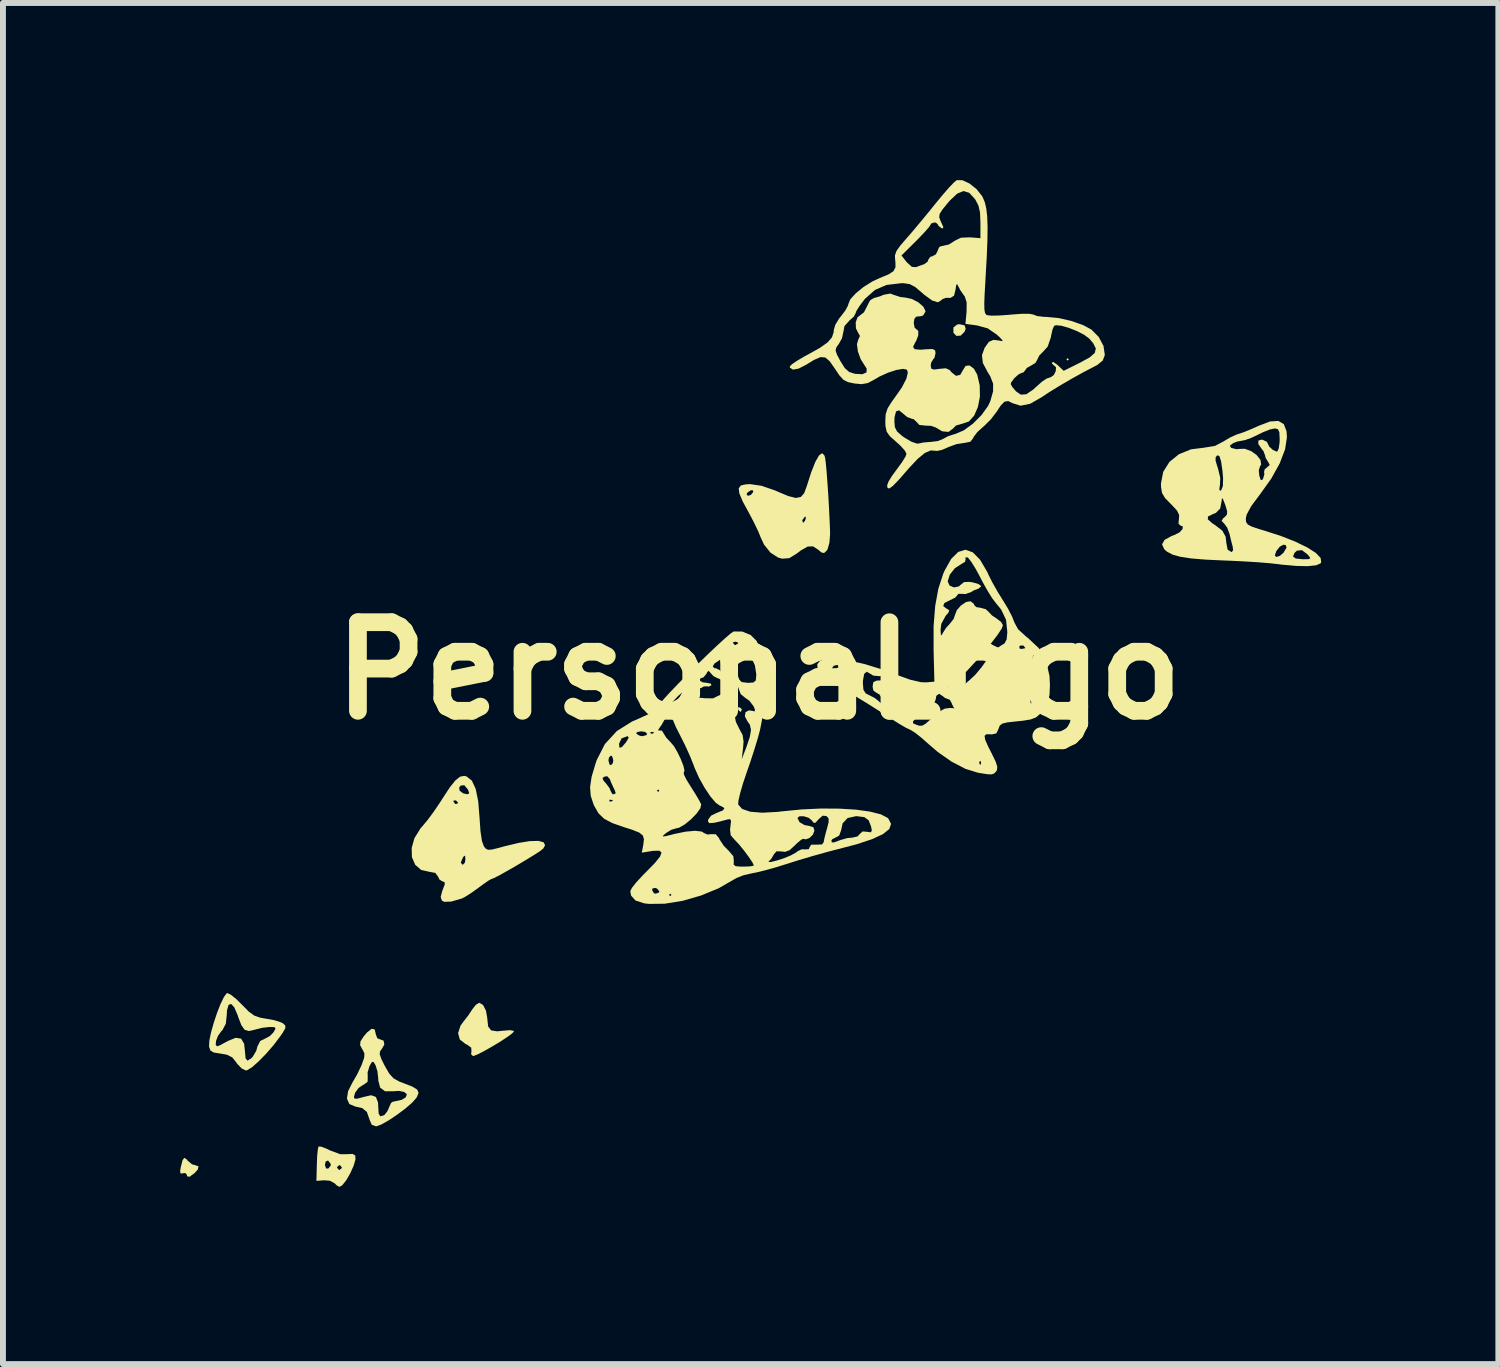
<source format=kicad_pcb>
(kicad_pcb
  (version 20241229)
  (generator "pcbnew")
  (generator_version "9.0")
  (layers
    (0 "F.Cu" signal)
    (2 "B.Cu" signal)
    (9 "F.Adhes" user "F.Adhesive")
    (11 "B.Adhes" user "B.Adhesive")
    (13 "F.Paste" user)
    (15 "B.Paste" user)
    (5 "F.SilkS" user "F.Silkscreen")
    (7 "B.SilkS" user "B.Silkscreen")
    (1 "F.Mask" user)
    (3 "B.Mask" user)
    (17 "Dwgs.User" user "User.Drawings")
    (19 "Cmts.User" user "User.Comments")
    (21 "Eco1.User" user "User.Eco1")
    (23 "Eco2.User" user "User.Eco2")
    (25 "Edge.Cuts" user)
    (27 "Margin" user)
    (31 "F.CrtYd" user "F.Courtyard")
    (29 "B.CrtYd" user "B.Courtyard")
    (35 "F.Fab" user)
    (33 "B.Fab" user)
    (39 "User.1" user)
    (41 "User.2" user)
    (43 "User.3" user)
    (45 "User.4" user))
  (footprint "PersonaLogo"
    (layer "F.Cu")
    (at 9.797 8.308)
    (property "Reference" "PersonaLogo" (at 0 0 0) (layer "F.SilkS") (effects (font (size 1.5 1.5) (thickness 0.3))))
    (attr board_only exclude_from_pos_files exclude_from_bom)
    (fp_poly (pts (xy 5.252 -5.273) (xy 5.232 -5.252) (xy 5.211 -5.273) (xy 5.232 -5.293)) (stroke (width 0) (type solid)) (fill yes) (layer "F.SilkS"))
    (fp_poly (pts (xy -0.289 0.645) (xy -0.287 0.657) (xy -0.301 0.697) (xy -0.305 0.698) (xy -0.34 0.669) (xy -0.349 0.657) (xy -0.346 0.619) (xy -0.331 0.616)) (stroke (width 0) (type solid)) (fill yes) (layer "F.SilkS"))
    (fp_poly (pts (xy 3.489 -5.848) (xy 3.505 -5.789) (xy 3.485 -5.739) (xy 3.421 -5.675) (xy 3.348 -5.67) (xy 3.298 -5.722) (xy 3.297 -5.812) (xy 3.361 -5.863) (xy 3.401 -5.868)) (stroke (width 0) (type solid)) (fill yes) (layer "F.SilkS"))
    (fp_poly (pts (xy -9.687 8.273) (xy -9.666 8.299) (xy -9.594 8.358) (xy -9.546 8.371) (xy -9.486 8.391) (xy -9.497 8.445) (xy -9.554 8.508) (xy -9.638 8.569) (xy -9.679 8.56) (xy -9.684 8.531) (xy -9.714 8.504) (xy -9.749 8.51) (xy -9.79 8.514) (xy -9.797 8.469) (xy -9.785 8.402) (xy -9.756 8.288) (xy -9.726 8.248)) (stroke (width 0) (type solid)) (fill yes) (layer "F.SilkS"))
    (fp_poly (pts (xy -4.668 5.659) (xy -4.619 5.753) (xy -4.596 5.879) (xy -4.595 5.896) (xy -4.581 6.024) (xy -4.53 6.09) (xy -4.427 6.106) (xy -4.334 6.096) (xy -4.213 6.086) (xy -4.15 6.098) (xy -4.144 6.108) (xy -4.178 6.144) (xy -4.264 6.207) (xy -4.385 6.286) (xy -4.522 6.368) (xy -4.655 6.443) (xy -4.765 6.499) (xy -4.833 6.524) (xy -4.838 6.524) (xy -4.87 6.494) (xy -4.864 6.448) (xy -4.867 6.383) (xy -4.935 6.333) (xy -4.964 6.32) (xy -5.061 6.244) (xy -5.09 6.136) (xy -5.049 6.01) (xy -5.003 5.946) (xy -4.915 5.833) (xy -4.85 5.734) (xy -4.789 5.656) (xy -4.733 5.622) (xy -4.732 5.622)) (stroke (width 0) (type solid)) (fill yes) (layer "F.SilkS"))
    (fp_poly (pts (xy -7.407 8.059) (xy -7.315 8.094) (xy -7.259 8.122) (xy -7.087 8.186) (xy -6.974 8.186) (xy -6.877 8.182) (xy -6.831 8.208) (xy -6.828 8.277) (xy -6.861 8.387) (xy -6.917 8.512) (xy -6.985 8.629) (xy -7.052 8.713) (xy -7.1 8.74) (xy -7.148 8.712) (xy -7.181 8.679) (xy -7.26 8.636) (xy -7.36 8.628) (xy -7.489 8.638) (xy -7.482 8.37) (xy -7.345 8.37) (xy -7.325 8.429) (xy -7.286 8.428) (xy -7.273 8.412) (xy -7.14 8.412) (xy -7.109 8.452) (xy -7.099 8.453) (xy -7.059 8.422) (xy -7.058 8.412) (xy -7.089 8.372) (xy -7.099 8.371) (xy -7.139 8.402) (xy -7.14 8.412) (xy -7.273 8.412) (xy -7.246 8.378) (xy -7.249 8.347) (xy -7.292 8.293) (xy -7.333 8.311) (xy -7.345 8.37) (xy -7.482 8.37) (xy -7.482 8.357) (xy -7.476 8.214) (xy -7.465 8.105) (xy -7.453 8.055) (xy -7.453 8.055)) (stroke (width 0) (type solid)) (fill yes) (layer "F.SilkS"))
    (fp_poly (pts (xy 1.112 -3.648) (xy 1.125 -3.604) (xy 1.136 -3.52) (xy 1.15 -3.374) (xy 1.164 -3.185) (xy 1.179 -2.971) (xy 1.191 -2.753) (xy 1.201 -2.549) (xy 1.208 -2.379) (xy 1.209 -2.314) (xy 1.198 -2.169) (xy 1.168 -2.061) (xy 1.153 -2.036) (xy 1.107 -1.993) (xy 1.062 -2.003) (xy 1.006 -2.051) (xy 0.921 -2.106) (xy 0.83 -2.103) (xy 0.716 -2.039) (xy 0.643 -1.983) (xy 0.517 -1.906) (xy 0.396 -1.898) (xy 0.328 -1.917) (xy 0.201 -1.999) (xy 0.092 -2.134) (xy 0.036 -2.253) (xy -0.008 -2.362) (xy -0.08 -2.511) (xy -0.096 -2.542) (xy 0.739 -2.542) (xy 0.752 -2.504) (xy 0.782 -2.537) (xy 0.795 -2.567) (xy 0.798 -2.609) (xy 0.779 -2.605) (xy 0.74 -2.553) (xy 0.739 -2.542) (xy -0.096 -2.542) (xy -0.163 -2.669) (xy -0.168 -2.678) (xy -0.272 -2.87) (xy -0.321 -2.988) (xy -0.205 -2.988) (xy -0.181 -2.961) (xy -0.132 -2.978) (xy -0.093 -3.025) (xy -0.091 -3.029) (xy -0.104 -3.06) (xy -0.14 -3.053) (xy -0.197 -3.011) (xy -0.205 -2.988) (xy -0.321 -2.988) (xy -0.328 -3.004) (xy -0.338 -3.09) (xy -0.3 -3.138) (xy -0.214 -3.157) (xy -0.143 -3.16) (xy 0.048 -3.132) (xy 0.277 -3.053) (xy 0.318 -3.035) (xy 0.501 -2.958) (xy 0.628 -2.926) (xy 0.713 -2.942) (xy 0.77 -3.006) (xy 0.812 -3.119) (xy 0.889 -3.359) (xy 0.959 -3.536) (xy 1.022 -3.646) (xy 1.073 -3.684)) (stroke (width 0) (type solid)) (fill yes) (layer "F.SilkS"))
    (fp_poly (pts (xy -8.938 5.486) (xy -8.846 5.56) (xy -8.744 5.661) (xy -8.632 5.774) (xy -8.54 5.84) (xy -8.44 5.875) (xy -8.341 5.892) (xy -8.204 5.917) (xy -8.093 5.952) (xy -8.055 5.971) (xy -8.016 6.008) (xy -8.015 6.052) (xy -8.058 6.127) (xy -8.095 6.181) (xy -8.213 6.338) (xy -8.343 6.488) (xy -8.471 6.618) (xy -8.582 6.716) (xy -8.664 6.765) (xy -8.683 6.769) (xy -8.754 6.735) (xy -8.831 6.655) (xy -8.843 6.636) (xy -8.914 6.547) (xy -9.004 6.502) (xy -9.11 6.483) (xy -9.226 6.465) (xy -9.283 6.432) (xy -9.305 6.371) (xy -9.307 6.352) (xy -9.306 6.337) (xy -9.194 6.337) (xy -9.169 6.36) (xy -9.123 6.342) (xy -9.033 6.294) (xy -8.989 6.27) (xy -8.855 6.215) (xy -8.764 6.23) (xy -8.713 6.316) (xy -8.699 6.447) (xy -8.689 6.563) (xy -8.656 6.602) (xy -8.596 6.566) (xy -8.566 6.535) (xy -8.508 6.436) (xy -8.488 6.362) (xy -8.44 6.269) (xy -8.375 6.238) (xy -8.277 6.186) (xy -8.217 6.124) (xy -8.18 6.059) (xy -8.2 6.035) (xy -8.278 6.032) (xy -8.407 6.046) (xy -8.532 6.078) (xy -8.632 6.101) (xy -8.703 6.081) (xy -8.759 6.004) (xy -8.814 5.861) (xy -8.822 5.835) (xy -8.879 5.701) (xy -8.933 5.642) (xy -8.977 5.658) (xy -9.003 5.75) (xy -9.007 5.827) (xy -9.023 5.976) (xy -9.078 6.081) (xy -9.099 6.104) (xy -9.155 6.181) (xy -9.189 6.268) (xy -9.194 6.337) (xy -9.306 6.337) (xy -9.301 6.256) (xy -9.272 6.118) (xy -9.226 5.957) (xy -9.171 5.792) (xy -9.112 5.642) (xy -9.056 5.526) (xy -9.01 5.463) (xy -8.997 5.458)) (stroke (width 0) (type solid)) (fill yes) (layer "F.SilkS"))
    (fp_poly (pts (xy -6.503 6.072) (xy -6.483 6.155) (xy -6.483 6.158) (xy -6.458 6.223) (xy -6.424 6.237) (xy -6.351 6.264) (xy -6.339 6.331) (xy -6.378 6.398) (xy -6.412 6.445) (xy -6.417 6.496) (xy -6.389 6.575) (xy -6.331 6.692) (xy -6.255 6.823) (xy -6.182 6.903) (xy -6.082 6.958) (xy -6.015 6.983) (xy -5.864 7.042) (xy -5.782 7.093) (xy -5.759 7.147) (xy -5.786 7.216) (xy -5.798 7.235) (xy -5.87 7.316) (xy -5.985 7.415) (xy -6.124 7.519) (xy -6.265 7.613) (xy -6.389 7.683) (xy -6.474 7.714) (xy -6.481 7.714) (xy -6.552 7.688) (xy -6.591 7.598) (xy -6.592 7.592) (xy -6.635 7.47) (xy -6.715 7.405) (xy -6.832 7.379) (xy -6.931 7.337) (xy -6.972 7.247) (xy -6.968 7.217) (xy -6.854 7.217) (xy -6.843 7.246) (xy -6.796 7.246) (xy -6.706 7.222) (xy -6.695 7.218) (xy -6.561 7.188) (xy -6.482 7.217) (xy -6.446 7.31) (xy -6.442 7.385) (xy -6.435 7.5) (xy -6.407 7.545) (xy -6.351 7.529) (xy -6.335 7.519) (xy -6.287 7.458) (xy -6.26 7.396) (xy -6.228 7.324) (xy -6.204 7.301) (xy -6.043 7.265) (xy -5.976 7.223) (xy -5.957 7.171) (xy -6.004 7.132) (xy -6.096 7.114) (xy -6.189 7.121) (xy -6.327 7.121) (xy -6.41 7.059) (xy -6.442 6.934) (xy -6.442 6.906) (xy -6.456 6.782) (xy -6.488 6.68) (xy -6.488 6.679) (xy -6.524 6.621) (xy -6.552 6.629) (xy -6.589 6.692) (xy -6.622 6.8) (xy -6.62 6.883) (xy -6.622 6.96) (xy -6.688 7.009) (xy -6.701 7.014) (xy -6.776 7.066) (xy -6.833 7.144) (xy -6.854 7.217) (xy -6.968 7.217) (xy -6.953 7.12) (xy -6.884 6.982) (xy -6.802 6.84) (xy -6.728 6.686) (xy -6.719 6.663) (xy -6.68 6.552) (xy -6.676 6.481) (xy -6.706 6.418) (xy -6.714 6.407) (xy -6.749 6.34) (xy -6.743 6.276) (xy -6.689 6.193) (xy -6.634 6.127) (xy -6.555 6.063)) (stroke (width 0) (type solid)) (fill yes) (layer "F.SilkS"))
    (fp_poly (pts (xy -4.946 1.79) (xy -4.857 1.861) (xy -4.792 2) (xy -4.749 2.211) (xy -4.727 2.484) (xy -4.711 2.717) (xy -4.686 2.883) (xy -4.653 2.974) (xy -4.653 2.975) (xy -4.619 3.015) (xy -4.579 3.032) (xy -4.513 3.027) (xy -4.4 2.999) (xy -4.318 2.976) (xy -4.076 2.917) (xy -3.877 2.885) (xy -3.73 2.881) (xy -3.641 2.905) (xy -3.617 2.955) (xy -3.648 3.011) (xy -3.698 3.051) (xy -3.801 3.118) (xy -3.938 3.202) (xy -4.092 3.294) (xy -4.246 3.383) (xy -4.382 3.459) (xy -4.483 3.511) (xy -4.53 3.529) (xy -4.573 3.552) (xy -4.66 3.612) (xy -4.748 3.677) (xy -4.868 3.763) (xy -4.974 3.83) (xy -5.025 3.856) (xy -5.207 3.909) (xy -5.325 3.913) (xy -5.364 3.893) (xy -5.385 3.831) (xy -5.357 3.724) (xy -5.35 3.709) (xy -5.316 3.617) (xy -5.319 3.577) (xy -5.35 3.57) (xy -5.405 3.536) (xy -5.428 3.488) (xy -5.476 3.423) (xy -5.569 3.406) (xy -5.716 3.373) (xy -5.817 3.285) (xy -5.834 3.245) (xy -5.044 3.245) (xy -5.02 3.281) (xy -5.006 3.283) (xy -4.974 3.248) (xy -4.966 3.19) (xy -4.972 3.13) (xy -4.996 3.145) (xy -5.006 3.16) (xy -5.044 3.245) (xy -5.834 3.245) (xy -5.872 3.156) (xy -5.876 3.001) (xy -5.829 2.834) (xy -5.727 2.67) (xy -5.693 2.631) (xy -5.605 2.526) (xy -5.496 2.378) (xy -5.385 2.213) (xy -5.17 2.213) (xy -5.14 2.255) (xy -5.129 2.257) (xy -5.089 2.243) (xy -5.088 2.239) (xy -5.117 2.204) (xy -5.129 2.195) (xy -5.167 2.199) (xy -5.17 2.213) (xy -5.385 2.213) (xy -5.385 2.213) (xy -5.352 2.161) (xy -5.231 1.976) (xy -5.229 1.974) (xy -5.071 1.974) (xy -5.066 2.029) (xy -5.007 2.075) (xy -4.933 2.092) (xy -4.901 2.075) (xy -4.923 2.012) (xy -4.924 2.011) (xy -4.985 1.938) (xy -5.045 1.944) (xy -5.071 1.974) (xy -5.229 1.974) (xy -5.136 1.857) (xy -5.057 1.794) (xy -4.986 1.78)) (stroke (width 0) (type solid)) (fill yes) (layer "F.SilkS"))
    (fp_poly (pts (xy 8.892 -4.176) (xy 8.938 -4.057) (xy 8.945 -3.954) (xy 8.914 -3.75) (xy 8.823 -3.512) (xy 8.68 -3.254) (xy 8.491 -2.989) (xy 8.48 -2.975) (xy 8.339 -2.785) (xy 8.263 -2.644) (xy 8.248 -2.576) (xy 8.254 -2.517) (xy 8.284 -2.475) (xy 8.354 -2.439) (xy 8.48 -2.397) (xy 8.545 -2.378) (xy 8.839 -2.284) (xy 9.09 -2.185) (xy 9.291 -2.087) (xy 9.436 -1.994) (xy 9.516 -1.909) (xy 9.525 -1.836) (xy 9.514 -1.819) (xy 9.441 -1.786) (xy 9.3 -1.771) (xy 9.102 -1.775) (xy 8.858 -1.797) (xy 8.761 -1.809) (xy 8.631 -1.823) (xy 8.44 -1.838) (xy 8.213 -1.852) (xy 7.969 -1.864) (xy 7.879 -1.867) (xy 7.564 -1.882) (xy 7.321 -1.902) (xy 7.139 -1.93) (xy 7.062 -1.952) (xy 8.74 -1.952) (xy 8.766 -1.927) (xy 8.793 -1.935) (xy 9.048 -1.935) (xy 9.094 -1.9) (xy 9.218 -1.888) (xy 9.225 -1.888) (xy 9.318 -1.89) (xy 9.341 -1.908) (xy 9.306 -1.956) (xy 9.294 -1.97) (xy 9.199 -2.042) (xy 9.116 -2.034) (xy 9.074 -1.997) (xy 9.048 -1.935) (xy 8.793 -1.935) (xy 8.825 -1.945) (xy 8.886 -1.997) (xy 8.888 -2) (xy 8.939 -2.086) (xy 8.924 -2.128) (xy 8.885 -2.134) (xy 8.824 -2.101) (xy 8.766 -2.028) (xy 8.74 -1.952) (xy 7.062 -1.952) (xy 7.007 -1.967) (xy 6.915 -2.016) (xy 6.868 -2.057) (xy 6.83 -2.141) (xy 6.873 -2.216) (xy 6.997 -2.284) (xy 7.041 -2.299) (xy 7.126 -2.343) (xy 7.177 -2.398) (xy 7.182 -2.444) (xy 7.135 -2.462) (xy 7.108 -2.496) (xy 7.116 -2.565) (xy 7.605 -2.565) (xy 7.676 -2.501) (xy 7.731 -2.465) (xy 7.85 -2.373) (xy 7.907 -2.271) (xy 7.92 -2.158) (xy 7.941 -2.05) (xy 8.006 -2.011) (xy 8.013 -2.011) (xy 8.034 -2.044) (xy 8.026 -2.103) (xy 7.997 -2.214) (xy 7.973 -2.318) (xy 7.933 -2.424) (xy 7.882 -2.493) (xy 7.839 -2.538) (xy 7.864 -2.58) (xy 7.886 -2.598) (xy 7.928 -2.642) (xy 7.933 -2.698) (xy 7.905 -2.796) (xy 7.899 -2.814) (xy 7.863 -2.905) (xy 7.845 -2.924) (xy 7.839 -2.876) (xy 7.839 -2.872) (xy 7.815 -2.747) (xy 7.743 -2.674) (xy 7.684 -2.649) (xy 7.608 -2.612) (xy 7.605 -2.565) (xy 7.116 -2.565) (xy 7.116 -2.565) (xy 7.12 -2.638) (xy 7.084 -2.712) (xy 6.995 -2.808) (xy 6.977 -2.826) (xy 6.879 -2.927) (xy 6.829 -3.012) (xy 6.813 -3.114) (xy 6.812 -3.172) (xy 6.85 -3.368) (xy 6.956 -3.537) (xy 6.981 -3.557) (xy 7.737 -3.557) (xy 7.766 -3.459) (xy 7.776 -3.433) (xy 7.816 -3.266) (xy 7.811 -3.152) (xy 7.8 -3.065) (xy 7.816 -3.047) (xy 7.834 -3.061) (xy 7.86 -3.127) (xy 7.864 -3.258) (xy 7.854 -3.379) (xy 7.83 -3.547) (xy 7.801 -3.636) (xy 7.765 -3.648) (xy 7.738 -3.615) (xy 7.737 -3.557) (xy 6.981 -3.557) (xy 7.117 -3.667) (xy 7.322 -3.75) (xy 7.527 -3.775) (xy 7.725 -3.807) (xy 7.736 -3.812) (xy 7.979 -3.812) (xy 7.996 -3.779) (xy 8.006 -3.772) (xy 8.094 -3.751) (xy 8.128 -3.756) (xy 8.231 -3.759) (xy 8.339 -3.719) (xy 8.433 -3.652) (xy 8.496 -3.572) (xy 8.509 -3.494) (xy 8.487 -3.456) (xy 8.468 -3.392) (xy 8.477 -3.304) (xy 8.501 -3.231) (xy 8.526 -3.231) (xy 8.543 -3.257) (xy 8.564 -3.332) (xy 8.557 -3.363) (xy 8.568 -3.41) (xy 8.606 -3.442) (xy 8.654 -3.485) (xy 8.629 -3.533) (xy 8.627 -3.535) (xy 8.582 -3.609) (xy 8.576 -3.643) (xy 8.549 -3.716) (xy 8.515 -3.76) (xy 8.46 -3.84) (xy 8.461 -3.897) (xy 8.517 -3.914) (xy 8.535 -3.91) (xy 8.602 -3.879) (xy 8.617 -3.855) (xy 8.645 -3.796) (xy 8.706 -3.74) (xy 8.767 -3.712) (xy 8.785 -3.716) (xy 8.807 -3.767) (xy 8.821 -3.871) (xy 8.822 -3.921) (xy 8.817 -4.035) (xy 8.794 -4.089) (xy 8.745 -4.103) (xy 8.738 -4.103) (xy 8.655 -4.085) (xy 8.535 -4.037) (xy 8.462 -4.001) (xy 8.338 -3.942) (xy 8.233 -3.905) (xy 8.194 -3.898) (xy 8.097 -3.879) (xy 8.034 -3.853) (xy 7.979 -3.812) (xy 7.736 -3.812) (xy 7.863 -3.879) (xy 7.983 -3.95) (xy 8.095 -4.001) (xy 8.122 -4.009) (xy 8.215 -4.04) (xy 8.349 -4.095) (xy 8.467 -4.148) (xy 8.659 -4.221) (xy 8.8 -4.23)) (stroke (width 0) (type solid)) (fill yes) (layer "F.SilkS"))
    (fp_poly (pts (xy 3.626 -2.005) (xy 3.749 -1.88) (xy 3.869 -1.676) (xy 3.892 -1.625) (xy 3.956 -1.497) (xy 4.046 -1.338) (xy 4.137 -1.191) (xy 4.224 -1.048) (xy 4.292 -0.915) (xy 4.329 -0.82) (xy 4.33 -0.818) (xy 4.393 -0.702) (xy 4.535 -0.573) (xy 4.56 -0.554) (xy 4.745 -0.381) (xy 4.865 -0.171) (xy 4.924 0.086) (xy 4.932 0.237) (xy 4.925 0.405) (xy 4.896 0.526) (xy 4.838 0.634) (xy 4.836 0.636) (xy 4.766 0.73) (xy 4.696 0.79) (xy 4.605 0.825) (xy 4.468 0.847) (xy 4.351 0.859) (xy 4.206 0.875) (xy 4.123 0.896) (xy 4.081 0.931) (xy 4.061 0.985) (xy 4.025 1.06) (xy 3.95 1.078) (xy 3.926 1.076) (xy 3.856 1.075) (xy 3.825 1.101) (xy 3.834 1.165) (xy 3.884 1.279) (xy 3.944 1.397) (xy 4.012 1.537) (xy 4.04 1.625) (xy 4.035 1.681) (xy 4.021 1.704) (xy 3.988 1.739) (xy 3.949 1.754) (xy 3.881 1.753) (xy 3.762 1.735) (xy 3.714 1.727) (xy 3.505 1.663) (xy 3.305 1.559) (xy 3.734 1.559) (xy 3.749 1.593) (xy 3.761 1.587) (xy 3.766 1.538) (xy 3.761 1.532) (xy 3.737 1.538) (xy 3.734 1.559) (xy 3.305 1.559) (xy 3.271 1.542) (xy 3.033 1.376) (xy 2.877 1.242) (xy 2.755 1.134) (xy 2.646 1.048) (xy 2.571 1.002) (xy 2.565 0.999) (xy 2.493 0.965) (xy 2.376 0.897) (xy 2.362 0.888) (xy 2.613 0.888) (xy 2.655 0.909) (xy 2.719 0.931) (xy 2.77 0.93) (xy 2.829 0.895) (xy 2.918 0.817) (xy 2.958 0.781) (xy 2.984 0.759) (xy 3.734 0.759) (xy 3.755 0.78) (xy 3.775 0.759) (xy 3.755 0.739) (xy 3.734 0.759) (xy 2.984 0.759) (xy 3.067 0.688) (xy 3.15 0.642) (xy 3.238 0.63) (xy 3.313 0.635) (xy 3.444 0.651) (xy 3.551 0.672) (xy 3.571 0.678) (xy 3.618 0.688) (xy 3.622 0.666) (xy 3.582 0.598) (xy 3.55 0.551) (xy 3.523 0.503) (xy 4.599 0.503) (xy 4.608 0.557) (xy 4.626 0.533) (xy 4.678 0.46) (xy 4.724 0.419) (xy 4.776 0.351) (xy 4.794 0.23) (xy 4.794 0.183) (xy 4.785 0.074) (xy 4.765 0.008) (xy 4.755 0) (xy 4.732 0.037) (xy 4.715 0.134) (xy 4.707 0.269) (xy 4.708 0.359) (xy 4.677 0.405) (xy 4.653 0.41) (xy 4.609 0.445) (xy 4.599 0.503) (xy 3.523 0.503) (xy 3.471 0.411) (xy 3.456 0.304) (xy 3.506 0.214) (xy 3.575 0.155) (xy 3.669 0.067) (xy 3.774 -0.059) (xy 3.839 -0.15) (xy 3.881 -0.208) (xy 4.637 -0.208) (xy 4.654 -0.14) (xy 4.678 -0.123) (xy 4.715 -0.156) (xy 4.719 -0.182) (xy 4.694 -0.252) (xy 4.678 -0.267) (xy 4.646 -0.254) (xy 4.637 -0.208) (xy 3.881 -0.208) (xy 3.932 -0.275) (xy 4.03 -0.375) (xy 4.081 -0.411) (xy 4.412 -0.411) (xy 4.42 -0.375) (xy 4.45 -0.369) (xy 4.506 -0.379) (xy 4.514 -0.387) (xy 4.484 -0.426) (xy 4.43 -0.427) (xy 4.412 -0.411) (xy 4.081 -0.411) (xy 4.09 -0.418) (xy 4.164 -0.464) (xy 4.199 -0.531) (xy 4.21 -0.648) (xy 4.21 -0.657) (xy 4.189 -0.862) (xy 4.106 -1.037) (xy 4.015 -1.148) (xy 3.952 -1.231) (xy 3.87 -1.364) (xy 3.782 -1.522) (xy 3.755 -1.576) (xy 3.675 -1.724) (xy 3.602 -1.842) (xy 3.548 -1.911) (xy 3.533 -1.921) (xy 3.497 -1.916) (xy 3.505 -1.893) (xy 3.495 -1.845) (xy 3.433 -1.808) (xy 3.322 -1.736) (xy 3.236 -1.627) (xy 3.201 -1.515) (xy 3.201 -1.512) (xy 3.233 -1.442) (xy 3.307 -1.411) (xy 3.388 -1.427) (xy 3.421 -1.456) (xy 3.477 -1.501) (xy 3.568 -1.505) (xy 3.625 -1.496) (xy 3.72 -1.469) (xy 3.765 -1.436) (xy 3.766 -1.428) (xy 3.72 -1.388) (xy 3.713 -1.387) (xy 3.649 -1.364) (xy 3.598 -1.333) (xy 3.503 -1.299) (xy 3.444 -1.302) (xy 3.38 -1.302) (xy 3.365 -1.281) (xy 3.33 -1.24) (xy 3.247 -1.198) (xy 3.242 -1.196) (xy 3.145 -1.147) (xy 3.124 -1.096) (xy 3.181 -1.052) (xy 3.186 -1.05) (xy 3.226 -1.025) (xy 3.213 -0.984) (xy 3.166 -0.93) (xy 3.092 -0.794) (xy 3.08 -0.695) (xy 3.085 -0.61) (xy 3.098 -0.6) (xy 3.116 -0.636) (xy 3.173 -0.726) (xy 3.237 -0.796) (xy 3.301 -0.877) (xy 3.324 -0.943) (xy 3.354 -1.024) (xy 3.425 -1.105) (xy 3.512 -1.164) (xy 3.586 -1.177) (xy 3.588 -1.176) (xy 3.644 -1.133) (xy 3.652 -1.109) (xy 3.687 -1.077) (xy 3.753 -1.067) (xy 3.844 -1.043) (xy 3.889 -1.002) (xy 3.953 -0.935) (xy 4.024 -0.888) (xy 4.103 -0.828) (xy 4.136 -0.772) (xy 4.115 -0.714) (xy 4.048 -0.611) (xy 3.945 -0.477) (xy 3.819 -0.324) (xy 3.682 -0.166) (xy 3.544 -0.016) (xy 3.417 0.113) (xy 3.313 0.208) (xy 3.244 0.254) (xy 3.242 0.255) (xy 3.204 0.279) (xy 3.224 0.323) (xy 3.252 0.356) (xy 3.306 0.426) (xy 3.324 0.465) (xy 3.293 0.492) (xy 3.223 0.487) (xy 3.149 0.457) (xy 3.119 0.431) (xy 3.055 0.39) (xy 3.009 0.423) (xy 2.995 0.494) (xy 2.963 0.569) (xy 2.885 0.641) (xy 2.883 0.643) (xy 2.767 0.723) (xy 2.675 0.796) (xy 2.614 0.856) (xy 2.613 0.888) (xy 2.362 0.888) (xy 2.236 0.808) (xy 2.195 0.781) (xy 2.03 0.674) (xy 1.827 0.546) (xy 1.617 0.419) (xy 1.518 0.36) (xy 1.297 0.226) (xy 1.142 0.119) (xy 1.044 0.032) (xy 1.002 -0.034) (xy 1.234 -0.034) (xy 1.253 0.039) (xy 1.297 0.086) (xy 1.377 0.143) (xy 1.472 0.201) (xy 1.547 0.238) (xy 1.559 0.242) (xy 1.573 0.209) (xy 1.573 0.209) (xy 1.764 0.209) (xy 1.774 0.322) (xy 1.812 0.383) (xy 1.861 0.408) (xy 1.961 0.459) (xy 2.015 0.5) (xy 2.085 0.562) (xy 2.176 0.635) (xy 2.261 0.699) (xy 2.316 0.736) (xy 2.324 0.739) (xy 2.337 0.705) (xy 2.339 0.68) (xy 2.304 0.629) (xy 2.247 0.608) (xy 2.162 0.562) (xy 2.101 0.482) (xy 2.045 0.402) (xy 1.988 0.369) (xy 1.941 0.334) (xy 1.929 0.267) (xy 1.941 0.194) (xy 1.997 0.167) (xy 2.054 0.164) (xy 2.14 0.152) (xy 2.152 0.119) (xy 2.094 0.09) (xy 2.034 0.091) (xy 1.941 0.082) (xy 1.893 0.053) (xy 1.83 0.016) (xy 1.786 0.054) (xy 1.766 0.165) (xy 1.764 0.209) (xy 1.573 0.209) (xy 1.58 0.124) (xy 1.58 0.113) (xy 1.562 0.006) (xy 1.493 -0.06) (xy 1.471 -0.072) (xy 1.357 -0.103) (xy 1.273 -0.086) (xy 1.234 -0.034) (xy 1.002 -0.034) (xy 0.997 -0.041) (xy 0.992 -0.11) (xy 0.992 -0.11) (xy 1.042 -0.171) (xy 1.158 -0.2) (xy 1.329 -0.2) (xy 1.544 -0.17) (xy 1.795 -0.113) (xy 2.069 -0.029) (xy 2.33 0.067) (xy 2.564 0.151) (xy 2.745 0.193) (xy 2.828 0.197) (xy 2.975 0.185) (xy 2.962 -0.349) (xy 2.962 -0.756) (xy 2.989 -1.098) (xy 3.042 -1.388) (xy 3.125 -1.642) (xy 3.148 -1.695) (xy 3.26 -1.894) (xy 3.379 -2.012) (xy 3.502 -2.049)) (stroke (width 0) (type solid)) (fill yes) (layer "F.SilkS"))
    (fp_poly (pts (xy 3.451 -8.306) (xy 3.569 -8.251) (xy 3.687 -8.158) (xy 3.78 -8.042) (xy 3.793 -8.019) (xy 3.829 -7.934) (xy 3.854 -7.828) (xy 3.87 -7.69) (xy 3.876 -7.511) (xy 3.873 -7.281) (xy 3.861 -6.99) (xy 3.84 -6.627) (xy 3.839 -6.603) (xy 3.826 -6.377) (xy 3.82 -6.219) (xy 3.822 -6.117) (xy 3.833 -6.058) (xy 3.853 -6.029) (xy 3.869 -6.021) (xy 3.938 -6.013) (xy 4.064 -6.015) (xy 4.225 -6.026) (xy 4.275 -6.031) (xy 4.453 -6.044) (xy 4.584 -6.044) (xy 4.652 -6.031) (xy 4.655 -6.029) (xy 4.717 -6.006) (xy 4.828 -5.993) (xy 4.884 -5.991) (xy 5.081 -5.972) (xy 5.295 -5.923) (xy 5.494 -5.853) (xy 5.633 -5.778) (xy 5.758 -5.653) (xy 5.839 -5.5) (xy 5.861 -5.348) (xy 5.86 -5.342) (xy 5.826 -5.253) (xy 5.736 -5.179) (xy 5.683 -5.151) (xy 5.506 -5.059) (xy 5.302 -4.946) (xy 5.095 -4.825) (xy 4.913 -4.713) (xy 4.788 -4.63) (xy 4.597 -4.521) (xy 4.435 -4.488) (xy 4.301 -4.53) (xy 4.224 -4.567) (xy 4.161 -4.556) (xy 4.095 -4.486) (xy 4.029 -4.385) (xy 3.932 -4.258) (xy 3.815 -4.142) (xy 3.798 -4.128) (xy 3.703 -4.042) (xy 3.64 -3.959) (xy 3.632 -3.939) (xy 3.583 -3.877) (xy 3.479 -3.857) (xy 3.474 -3.857) (xy 3.348 -3.837) (xy 3.214 -3.788) (xy 3.2 -3.781) (xy 3.095 -3.737) (xy 3.016 -3.722) (xy 3.004 -3.724) (xy 2.914 -3.731) (xy 2.814 -3.688) (xy 2.692 -3.588) (xy 2.539 -3.425) (xy 2.507 -3.387) (xy 2.368 -3.228) (xy 2.272 -3.13) (xy 2.213 -3.087) (xy 2.182 -3.094) (xy 2.175 -3.14) (xy 2.199 -3.204) (xy 2.262 -3.306) (xy 2.339 -3.411) (xy 2.424 -3.527) (xy 2.484 -3.623) (xy 2.503 -3.674) (xy 2.474 -3.729) (xy 2.398 -3.813) (xy 2.325 -3.879) (xy 2.221 -3.972) (xy 2.167 -4.049) (xy 2.147 -4.141) (xy 2.144 -4.22) (xy 2.15 -4.342) (xy 2.184 -4.445) (xy 2.257 -4.561) (xy 2.298 -4.616) (xy 2.423 -4.795) (xy 2.5 -4.942) (xy 2.526 -5.05) (xy 2.51 -5.098) (xy 2.445 -5.112) (xy 2.331 -5.093) (xy 2.19 -5.047) (xy 2.046 -4.982) (xy 1.963 -4.933) (xy 1.849 -4.872) (xy 1.744 -4.853) (xy 1.623 -4.864) (xy 1.514 -4.887) (xy 1.437 -4.925) (xy 1.368 -5) (xy 1.29 -5.116) (xy 1.203 -5.24) (xy 1.129 -5.304) (xy 1.047 -5.311) (xy 0.936 -5.263) (xy 0.808 -5.184) (xy 0.678 -5.117) (xy 0.581 -5.099) (xy 0.53 -5.131) (xy 0.526 -5.15) (xy 0.558 -5.186) (xy 0.647 -5.247) (xy 0.777 -5.324) (xy 0.841 -5.358) (xy 0.959 -5.424) (xy 1.302 -5.424) (xy 1.325 -5.354) (xy 1.382 -5.246) (xy 1.458 -5.125) (xy 1.532 -5.059) (xy 1.63 -5.028) (xy 1.631 -5.028) (xy 1.757 -5.021) (xy 1.826 -5.052) (xy 1.829 -5.115) (xy 1.801 -5.159) (xy 1.727 -5.277) (xy 1.679 -5.41) (xy 1.664 -5.529) (xy 1.685 -5.605) (xy 1.715 -5.67) (xy 1.689 -5.714) (xy 1.647 -5.797) (xy 1.643 -5.899) (xy 1.674 -5.985) (xy 1.718 -6.019) (xy 1.783 -6.07) (xy 1.832 -6.165) (xy 1.833 -6.169) (xy 1.887 -6.273) (xy 1.951 -6.311) (xy 2.054 -6.34) (xy 2.118 -6.367) (xy 2.229 -6.387) (xy 2.29 -6.364) (xy 2.398 -6.329) (xy 2.484 -6.319) (xy 2.593 -6.296) (xy 2.703 -6.239) (xy 2.788 -6.165) (xy 2.824 -6.092) (xy 2.823 -6.079) (xy 2.786 -6.018) (xy 2.759 -6.006) (xy 2.678 -5.997) (xy 2.667 -5.996) (xy 2.636 -5.957) (xy 2.626 -5.888) (xy 2.64 -5.811) (xy 2.667 -5.786) (xy 2.703 -5.754) (xy 2.702 -5.678) (xy 2.666 -5.584) (xy 2.647 -5.553) (xy 2.614 -5.483) (xy 2.642 -5.445) (xy 2.738 -5.436) (xy 2.842 -5.444) (xy 2.943 -5.448) (xy 2.987 -5.426) (xy 2.995 -5.379) (xy 2.977 -5.3) (xy 2.954 -5.273) (xy 2.92 -5.215) (xy 2.913 -5.166) (xy 2.924 -5.114) (xy 2.97 -5.1) (xy 3.06 -5.112) (xy 3.168 -5.122) (xy 3.234 -5.092) (xy 3.266 -5.054) (xy 3.341 -4.994) (xy 3.413 -5.01) (xy 3.459 -5.091) (xy 3.505 -5.163) (xy 3.572 -5.169) (xy 3.644 -5.115) (xy 3.7 -5.016) (xy 3.743 -4.831) (xy 3.746 -4.641) (xy 3.712 -4.465) (xy 3.648 -4.319) (xy 3.559 -4.22) (xy 3.453 -4.185) (xy 3.341 -4.152) (xy 3.291 -4.101) (xy 3.214 -4.044) (xy 3.106 -4.055) (xy 3.001 -4.118) (xy 2.92 -4.147) (xy 2.826 -4.151) (xy 2.721 -4.162) (xy 2.683 -4.203) (xy 2.626 -4.259) (xy 2.59 -4.268) (xy 2.513 -4.297) (xy 2.45 -4.351) (xy 2.376 -4.41) (xy 2.326 -4.391) (xy 2.301 -4.295) (xy 2.298 -4.227) (xy 2.306 -4.125) (xy 2.344 -4.051) (xy 2.428 -3.977) (xy 2.472 -3.946) (xy 2.585 -3.879) (xy 2.677 -3.847) (xy 2.708 -3.848) (xy 2.79 -3.865) (xy 2.906 -3.875) (xy 2.917 -3.875) (xy 3.034 -3.89) (xy 3.12 -3.924) (xy 3.126 -3.928) (xy 3.206 -3.971) (xy 3.321 -4.008) (xy 3.332 -4.01) (xy 3.474 -4.071) (xy 3.628 -4.184) (xy 3.772 -4.328) (xy 3.882 -4.48) (xy 3.922 -4.564) (xy 3.969 -4.731) (xy 3.97 -4.854) (xy 4.268 -4.854) (xy 4.293 -4.808) (xy 4.354 -4.735) (xy 4.355 -4.733) (xy 4.439 -4.675) (xy 4.531 -4.682) (xy 4.644 -4.758) (xy 4.686 -4.796) (xy 4.797 -4.895) (xy 4.877 -4.948) (xy 4.949 -4.972) (xy 4.999 -5.009) (xy 5.031 -5.076) (xy 5.034 -5.141) (xy 5.001 -5.17) (xy 5.001 -5.17) (xy 4.967 -5.202) (xy 4.965 -5.218) (xy 4.99 -5.227) (xy 5.052 -5.185) (xy 5.065 -5.173) (xy 5.165 -5.079) (xy 5.445 -5.218) (xy 5.605 -5.306) (xy 5.691 -5.381) (xy 5.709 -5.457) (xy 5.664 -5.547) (xy 5.597 -5.625) (xy 5.512 -5.689) (xy 5.389 -5.752) (xy 5.253 -5.806) (xy 5.126 -5.842) (xy 5.033 -5.851) (xy 5.003 -5.84) (xy 4.976 -5.779) (xy 4.952 -5.674) (xy 4.949 -5.65) (xy 4.894 -5.489) (xy 4.824 -5.411) (xy 4.751 -5.337) (xy 4.719 -5.271) (xy 4.719 -5.269) (xy 4.685 -5.211) (xy 4.616 -5.17) (xy 4.54 -5.127) (xy 4.514 -5.089) (xy 4.481 -5.05) (xy 4.461 -5.047) (xy 4.4 -5.018) (xy 4.327 -4.952) (xy 4.275 -4.881) (xy 4.268 -4.854) (xy 3.97 -4.854) (xy 3.97 -4.861) (xy 3.922 -4.985) (xy 3.878 -5.056) (xy 3.796 -5.211) (xy 3.781 -5.344) (xy 3.826 -5.468) (xy 3.898 -5.569) (xy 3.975 -5.603) (xy 4.062 -5.593) (xy 4.121 -5.581) (xy 4.129 -5.595) (xy 4.082 -5.646) (xy 4.031 -5.693) (xy 3.878 -5.798) (xy 3.699 -5.847) (xy 3.501 -5.874) (xy 3.52 -6.077) (xy 3.522 -6.236) (xy 3.491 -6.335) (xy 3.479 -6.351) (xy 3.412 -6.448) (xy 3.383 -6.504) (xy 3.359 -6.549) (xy 3.344 -6.526) (xy 3.333 -6.453) (xy 3.308 -6.351) (xy 3.248 -6.314) (xy 3.173 -6.315) (xy 3.109 -6.292) (xy 3.099 -6.279) (xy 3.036 -6.239) (xy 2.938 -6.269) (xy 2.802 -6.368) (xy 2.765 -6.401) (xy 2.651 -6.498) (xy 2.558 -6.547) (xy 2.456 -6.562) (xy 2.412 -6.562) (xy 2.166 -6.533) (xy 1.97 -6.449) (xy 1.804 -6.302) (xy 1.789 -6.285) (xy 1.708 -6.177) (xy 1.654 -6.09) (xy 1.641 -6.053) (xy 1.61 -5.995) (xy 1.539 -5.933) (xy 1.453 -5.837) (xy 1.436 -5.748) (xy 1.41 -5.629) (xy 1.357 -5.534) (xy 1.314 -5.474) (xy 1.302 -5.424) (xy 0.959 -5.424) (xy 1.036 -5.467) (xy 1.165 -5.558) (xy 1.239 -5.643) (xy 1.27 -5.732) (xy 1.272 -5.772) (xy 1.298 -5.859) (xy 1.364 -5.967) (xy 1.395 -6.005) (xy 1.47 -6.104) (xy 1.514 -6.187) (xy 1.518 -6.209) (xy 1.552 -6.29) (xy 1.643 -6.39) (xy 1.771 -6.495) (xy 1.919 -6.589) (xy 2.051 -6.651) (xy 2.2 -6.712) (xy 2.283 -6.767) (xy 2.317 -6.833) (xy 2.315 -6.927) (xy 2.311 -6.954) (xy 2.307 -7.032) (xy 2.307 -7.032) (xy 2.418 -7.032) (xy 2.506 -6.919) (xy 2.594 -6.839) (xy 2.662 -6.834) (xy 2.763 -6.871) (xy 2.801 -6.883) (xy 2.861 -6.927) (xy 2.872 -6.96) (xy 2.906 -7.009) (xy 2.938 -7.017) (xy 3 -7.051) (xy 3.025 -7.099) (xy 3.053 -7.167) (xy 3.072 -7.184) (xy 3.221 -7.218) (xy 3.325 -7.284) (xy 3.426 -7.333) (xy 3.577 -7.339) (xy 3.755 -7.325) (xy 3.755 -7.591) (xy 3.748 -7.76) (xy 3.721 -7.878) (xy 3.669 -7.978) (xy 3.659 -7.991) (xy 3.565 -8.093) (xy 3.47 -8.123) (xy 3.364 -8.081) (xy 3.239 -7.964) (xy 3.201 -7.92) (xy 3.11 -7.808) (xy 3.064 -7.735) (xy 3.057 -7.679) (xy 3.08 -7.616) (xy 3.09 -7.595) (xy 3.126 -7.515) (xy 3.12 -7.49) (xy 3.093 -7.496) (xy 3.042 -7.537) (xy 3.037 -7.555) (xy 3.003 -7.587) (xy 2.975 -7.591) (xy 2.92 -7.573) (xy 2.913 -7.557) (xy 2.886 -7.515) (xy 2.813 -7.431) (xy 2.709 -7.321) (xy 2.666 -7.278) (xy 2.418 -7.032) (xy 2.307 -7.032) (xy 2.332 -7.106) (xy 2.397 -7.198) (xy 2.49 -7.306) (xy 2.601 -7.434) (xy 2.742 -7.602) (xy 2.892 -7.784) (xy 2.991 -7.907) (xy 3.115 -8.057) (xy 3.225 -8.184) (xy 3.31 -8.272) (xy 3.355 -8.308)) (stroke (width 0) (type solid)) (fill yes) (layer "F.SilkS"))
    (fp_poly (pts (xy -0.279 -0.664) (xy -0.137 -0.606) (xy -0.035 -0.505) (xy -0.034 -0.504) (xy 0.039 -0.322) (xy 0.086 -0.08) (xy 0.104 0.204) (xy 0.095 0.513) (xy 0.057 0.828) (xy 0.022 1.006) (xy -0.016 1.146) (xy -0.074 1.336) (xy -0.143 1.549) (xy -0.203 1.721) (xy -0.266 1.909) (xy -0.314 2.075) (xy -0.343 2.199) (xy -0.347 2.264) (xy -0.281 2.34) (xy -0.144 2.387) (xy 0.058 2.404) (xy 0.318 2.39) (xy 0.396 2.381) (xy 0.73 2.348) (xy 1.058 2.333) (xy 1.368 2.335) (xy 1.647 2.352) (xy 1.884 2.385) (xy 2.067 2.431) (xy 2.183 2.491) (xy 2.197 2.505) (xy 2.242 2.594) (xy 2.211 2.681) (xy 2.105 2.766) (xy 1.92 2.852) (xy 1.656 2.939) (xy 1.431 2.998) (xy 1.184 3.062) (xy 0.915 3.137) (xy 0.662 3.212) (xy 0.506 3.262) (xy 0.309 3.323) (xy 0.117 3.377) (xy -0.041 3.416) (xy -0.109 3.429) (xy -0.251 3.461) (xy -0.375 3.509) (xy -0.41 3.529) (xy -0.675 3.682) (xy -0.976 3.806) (xy -1.288 3.896) (xy -1.592 3.945) (xy -1.863 3.948) (xy -1.943 3.938) (xy -2.087 3.89) (xy -2.16 3.808) (xy -2.163 3.796) (xy -1.518 3.796) (xy -1.498 3.816) (xy -1.477 3.796) (xy -1.498 3.775) (xy -1.518 3.796) (xy -2.163 3.796) (xy -2.174 3.732) (xy -2.166 3.715) (xy -1.805 3.715) (xy -1.773 3.768) (xy -1.744 3.775) (xy -1.689 3.755) (xy -1.682 3.738) (xy -1.715 3.694) (xy -1.744 3.678) (xy -1.797 3.685) (xy -1.805 3.715) (xy -2.166 3.715) (xy -2.146 3.676) (xy -2.072 3.582) (xy -1.964 3.465) (xy -1.908 3.409) (xy -1.757 3.255) (xy -1.67 3.146) (xy -1.645 3.078) (xy -1.683 3.047) (xy -1.781 3.049) (xy -1.81 3.053) (xy -1.979 3.08) (xy -1.953 2.941) (xy -1.943 2.852) (xy -1.962 2.789) (xy -2.023 2.74) (xy -2.14 2.693) (xy -2.276 2.65) (xy -2.477 2.58) (xy -2.616 2.507) (xy -2.712 2.415) (xy -2.784 2.29) (xy -2.797 2.261) (xy -2.821 2.188) (xy -2.53 2.188) (xy -2.525 2.213) (xy -2.503 2.216) (xy -2.469 2.201) (xy -2.476 2.188) (xy -2.524 2.184) (xy -2.53 2.188) (xy -2.821 2.188) (xy -2.844 2.117) (xy -2.855 1.969) (xy -2.832 1.816) (xy -2.645 1.816) (xy -2.629 1.859) (xy -2.587 1.906) (xy -2.527 1.985) (xy -2.503 2.044) (xy -2.476 2.09) (xy -2.462 2.093) (xy -2.422 2.076) (xy -2.421 2.072) (xy -2.435 2.031) (xy -1.723 2.031) (xy -1.703 2.052) (xy -1.682 2.031) (xy -1.703 2.011) (xy -1.723 2.031) (xy -2.435 2.031) (xy -2.438 2.022) (xy -2.459 1.979) (xy -2.504 1.88) (xy -2.519 1.837) (xy -2.565 1.786) (xy -2.606 1.791) (xy -2.645 1.816) (xy -2.832 1.816) (xy -2.829 1.795) (xy -2.764 1.576) (xy -2.744 1.518) (xy -2.544 1.518) (xy -2.527 1.585) (xy -2.503 1.6) (xy -2.47 1.566) (xy -2.462 1.518) (xy -2.479 1.452) (xy -2.503 1.436) (xy -2.536 1.471) (xy -2.544 1.518) (xy -2.744 1.518) (xy -2.74 1.508) (xy -2.604 1.241) (xy -2.365 1.241) (xy -2.357 1.304) (xy -2.315 1.292) (xy -2.245 1.209) (xy -2.201 1.135) (xy -2.217 1.109) (xy -2.224 1.109) (xy -2.321 1.144) (xy -2.365 1.237) (xy -2.365 1.241) (xy -2.604 1.241) (xy -2.603 1.24) (xy -2.444 1.067) (xy -2.072 1.067) (xy -2.014 1.101) (xy -1.967 1.108) (xy -1.902 1.09) (xy -1.888 1.067) (xy -1.919 1.04) (xy -1.833 1.04) (xy -1.827 1.064) (xy -1.805 1.067) (xy -1.772 1.052) (xy -1.778 1.04) (xy -1.827 1.035) (xy -1.833 1.04) (xy -1.919 1.04) (xy -1.923 1.036) (xy -1.993 1.026) (xy -2.062 1.039) (xy -2.072 1.067) (xy -2.444 1.067) (xy -2.402 1.021) (xy -2.392 1.015) (xy -1.7 1.015) (xy -1.692 1.011) (xy -1.638 1.014) (xy -1.614 1.054) (xy -1.564 1.134) (xy -1.491 1.211) (xy -1.434 1.278) (xy -1.374 1.382) (xy -1.318 1.499) (xy -1.275 1.609) (xy -1.256 1.691) (xy -1.269 1.723) (xy -1.269 1.723) (xy -1.267 1.754) (xy -1.228 1.836) (xy -1.158 1.95) (xy -1.152 1.959) (xy -1.07 2.089) (xy -1.005 2.2) (xy -0.973 2.264) (xy -0.988 2.329) (xy -1.052 2.419) (xy -1.147 2.517) (xy -1.251 2.602) (xy -1.346 2.657) (xy -1.39 2.667) (xy -1.478 2.692) (xy -1.565 2.746) (xy -1.616 2.789) (xy -1.622 2.807) (xy -1.572 2.8) (xy -1.454 2.771) (xy -1.438 2.766) (xy -1.239 2.725) (xy -1.077 2.71) (xy -0.965 2.723) (xy -0.923 2.749) (xy -0.868 2.773) (xy -0.805 2.767) (xy -0.728 2.768) (xy -0.674 2.831) (xy -0.663 2.855) (xy -0.592 2.963) (xy -0.508 3.048) (xy -0.429 3.141) (xy -0.421 3.224) (xy -0.424 3.282) (xy -0.391 3.309) (xy -0.303 3.317) (xy -0.26 3.317) (xy -0.152 3.313) (xy -0.089 3.302) (xy -0.082 3.297) (xy -0.106 3.245) (xy -0.111 3.238) (xy 0.164 3.238) (xy 0.209 3.238) (xy 0.313 3.212) (xy 0.421 3.177) (xy 0.542 3.128) (xy 0.633 3.078) (xy 0.656 3.058) (xy 0.728 3.023) (xy 0.781 3.025) (xy 0.849 3.021) (xy 0.862 2.987) (xy 0.89 2.945) (xy 0.978 2.945) (xy 1.072 2.941) (xy 1.099 2.907) (xy 1.105 2.877) (xy 1.231 2.877) (xy 1.238 2.907) (xy 1.274 2.907) (xy 1.36 2.876) (xy 1.382 2.867) (xy 1.499 2.834) (xy 1.591 2.825) (xy 1.675 2.805) (xy 1.71 2.766) (xy 1.761 2.721) (xy 1.833 2.727) (xy 1.9 2.736) (xy 1.916 2.702) (xy 1.903 2.637) (xy 1.862 2.532) (xy 1.79 2.479) (xy 1.664 2.463) (xy 1.646 2.463) (xy 1.506 2.494) (xy 1.421 2.585) (xy 1.396 2.702) (xy 1.363 2.791) (xy 1.313 2.819) (xy 1.247 2.852) (xy 1.231 2.877) (xy 1.105 2.877) (xy 1.113 2.836) (xy 1.142 2.722) (xy 1.156 2.675) (xy 1.185 2.561) (xy 1.183 2.499) (xy 1.15 2.462) (xy 1.148 2.461) (xy 1.083 2.454) (xy 1.015 2.514) (xy 0.961 2.575) (xy 0.927 2.572) (xy 0.9 2.534) (xy 0.845 2.489) (xy 0.764 2.464) (xy 0.691 2.464) (xy 0.657 2.493) (xy 0.657 2.495) (xy 0.692 2.564) (xy 0.778 2.614) (xy 0.849 2.626) (xy 0.926 2.649) (xy 0.944 2.707) (xy 0.917 2.777) (xy 0.857 2.834) (xy 0.792 2.856) (xy 0.766 2.845) (xy 0.726 2.857) (xy 0.654 2.916) (xy 0.617 2.953) (xy 0.523 3.039) (xy 0.446 3.067) (xy 0.389 3.06) (xy 0.302 3.057) (xy 0.259 3.107) (xy 0.213 3.185) (xy 0.188 3.21) (xy 0.164 3.238) (xy -0.111 3.238) (xy -0.167 3.154) (xy -0.247 3.046) (xy -0.331 2.943) (xy -0.4 2.869) (xy -0.411 2.858) (xy -0.473 2.786) (xy -0.485 2.692) (xy -0.479 2.639) (xy -0.468 2.545) (xy -0.484 2.512) (xy -0.54 2.521) (xy -0.546 2.523) (xy -0.657 2.553) (xy -0.753 2.574) (xy -0.835 2.581) (xy -0.859 2.551) (xy -0.855 2.52) (xy -0.806 2.454) (xy -0.708 2.406) (xy -0.605 2.365) (xy -0.58 2.326) (xy -0.635 2.292) (xy -0.653 2.287) (xy -0.726 2.236) (xy -0.818 2.128) (xy -0.916 1.981) (xy -1.01 1.813) (xy -1.086 1.643) (xy -1.101 1.6) (xy -1.163 1.445) (xy -1.247 1.26) (xy -1.328 1.099) (xy -1.401 0.955) (xy -1.454 0.83) (xy -1.477 0.748) (xy -1.477 0.742) (xy -1.441 0.657) (xy -1.355 0.598) (xy -1.248 0.583) (xy -1.226 0.588) (xy -1.143 0.573) (xy -1.103 0.525) (xy -1.057 0.47) (xy -0.981 0.458) (xy -0.911 0.466) (xy -0.771 0.467) (xy -0.695 0.429) (xy -0.608 0.39) (xy -0.526 0.422) (xy -0.459 0.511) (xy -0.418 0.646) (xy -0.41 0.744) (xy -0.386 0.866) (xy -0.327 0.986) (xy -0.326 0.988) (xy -0.272 1.088) (xy -0.256 1.199) (xy -0.264 1.303) (xy -0.287 1.498) (xy -0.208 1.293) (xy -0.15 1.121) (xy -0.13 1.002) (xy -0.149 0.914) (xy -0.19 0.856) (xy -0.234 0.772) (xy -0.223 0.702) (xy -0.165 0.671) (xy -0.123 0.677) (xy -0.067 0.688) (xy -0.064 0.655) (xy -0.086 0.602) (xy -0.158 0.507) (xy -0.23 0.457) (xy -0.304 0.396) (xy -0.328 0.333) (xy -0.349 0.274) (xy -0.407 0.274) (xy -0.497 0.261) (xy -0.571 0.209) (xy -0.647 0.147) (xy -0.703 0.123) (xy -0.763 0.093) (xy -0.803 0.051) (xy -0.846 0.002) (xy -0.871 0.02) (xy -0.884 0.051) (xy -0.935 0.112) (xy -0.971 0.123) (xy -1.01 0.144) (xy -1.005 0.164) (xy -0.949 0.196) (xy -0.877 0.205) (xy -0.809 0.219) (xy -0.801 0.247) (xy -0.851 0.27) (xy -0.866 0.264) (xy -0.928 0.265) (xy -0.962 0.286) (xy -1.022 0.309) (xy -1.045 0.289) (xy -1.09 0.252) (xy -1.157 0.264) (xy -1.256 0.332) (xy -1.364 0.427) (xy -1.496 0.567) (xy -1.555 0.677) (xy -1.559 0.708) (xy -1.584 0.81) (xy -1.645 0.919) (xy -1.651 0.926) (xy -1.697 0.992) (xy -1.7 1.015) (xy -2.392 1.015) (xy -2.145 0.86) (xy -2.056 0.822) (xy -1.868 0.736) (xy -1.737 0.634) (xy -1.69 0.579) (xy -1.615 0.489) (xy -1.5 0.363) (xy -1.354 0.211) (xy -1.19 0.045) (xy -1.072 -0.073) (xy -0.779 -0.073) (xy -0.748 -0.043) (xy -0.722 -0.041) (xy -0.658 -0.01) (xy -0.646 0.01) (xy -0.618 0.039) (xy -0.56 0.005) (xy -0.56 0.005) (xy -0.499 -0.029) (xy -0.441 -0.005) (xy -0.41 0.021) (xy -0.348 0.096) (xy -0.328 0.15) (xy -0.29 0.191) (xy -0.185 0.205) (xy -0.089 0.199) (xy -0.049 0.164) (xy -0.041 0.076) (xy -0.041 0.058) (xy -0.064 -0.091) (xy -0.124 -0.225) (xy -0.205 -0.318) (xy -0.253 -0.342) (xy -0.316 -0.388) (xy -0.328 -0.427) (xy -0.361 -0.484) (xy -0.395 -0.492) (xy -0.438 -0.48) (xy -0.413 -0.435) (xy -0.391 -0.374) (xy -0.432 -0.343) (xy -0.516 -0.356) (xy -0.568 -0.363) (xy -0.562 -0.315) (xy -0.569 -0.251) (xy -0.648 -0.189) (xy -0.658 -0.184) (xy -0.746 -0.124) (xy -0.779 -0.073) (xy -1.072 -0.073) (xy -1.018 -0.126) (xy -0.849 -0.29) (xy -0.694 -0.436) (xy -0.564 -0.555) (xy -0.469 -0.635) (xy -0.423 -0.665)) (stroke (width 0) (type solid)) (fill yes) (layer "F.SilkS")))
  (gr_rect
    (start -3 -3)
    (end 22.322 20.048)
    (stroke (width 0.1) (type default))
    (fill no)
    (layer "Edge.Cuts")))
</source>
